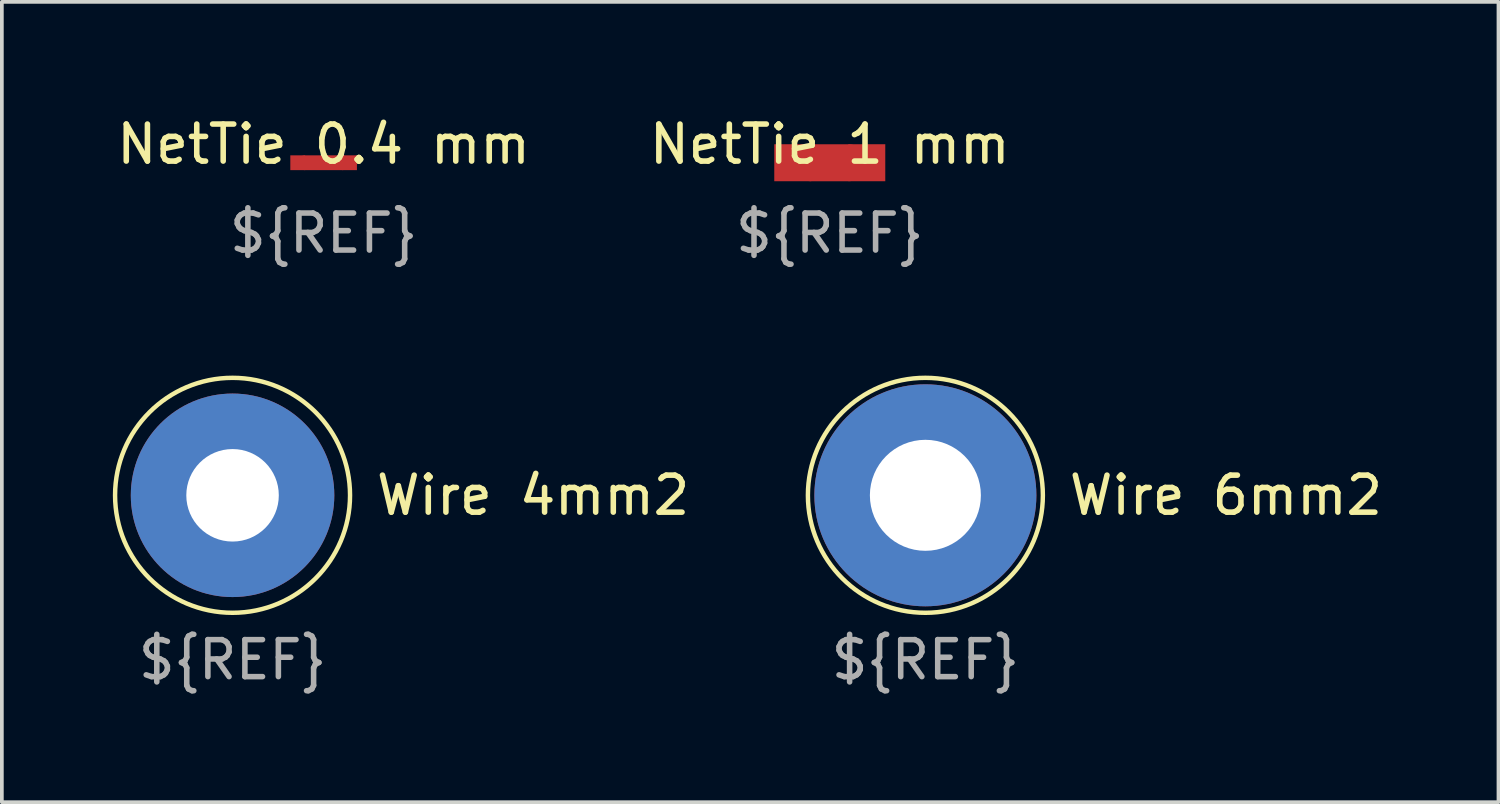
<source format=kicad_pcb>
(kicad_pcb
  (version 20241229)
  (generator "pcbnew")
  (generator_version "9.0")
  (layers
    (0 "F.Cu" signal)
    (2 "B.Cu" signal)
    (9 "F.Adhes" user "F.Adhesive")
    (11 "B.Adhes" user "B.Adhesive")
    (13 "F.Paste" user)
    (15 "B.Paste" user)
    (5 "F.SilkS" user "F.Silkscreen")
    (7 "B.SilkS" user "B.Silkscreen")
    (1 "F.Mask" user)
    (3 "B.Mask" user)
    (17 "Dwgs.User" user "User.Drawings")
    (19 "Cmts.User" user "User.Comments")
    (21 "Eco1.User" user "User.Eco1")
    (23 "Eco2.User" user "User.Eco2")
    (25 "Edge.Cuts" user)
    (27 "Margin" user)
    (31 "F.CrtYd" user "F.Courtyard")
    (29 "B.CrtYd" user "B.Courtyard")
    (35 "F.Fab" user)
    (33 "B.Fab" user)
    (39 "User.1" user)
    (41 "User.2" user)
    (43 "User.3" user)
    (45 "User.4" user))
  (footprint "NetTie 1 mm"
    (layer "F.Cu")
    (at 19.375 1.348)
    (property "Reference" "NetTie 1 mm" (at 0 -0.5 0) (unlocked yes) (layer "F.SilkS") (effects (font (size 1 1) (thickness 0.15))))
    (attr smd)
    (fp_line (start -0.5 0) (end 0.5 0) (stroke (width 1) (type default)) (layer "F.Cu"))
    (fp_text user "${REF}" (at 0 1.905 0) (unlocked yes) (layer "F.Fab") (effects (font (size 1 1) (thickness 0.15))))
    (pad "1" smd rect (at -1 0) (size 1 1) (layers "F.Cu"))
    (pad "2" smd rect (at 1 0) (size 1 1) (layers "F.Cu")))
  (footprint "NetTie 0.4 mm"
    (layer "F.Cu")
    (at 5.696 1.348)
    (property "Reference" "NetTie 0.4 mm" (at 0 -0.5 0) (unlocked yes) (layer "F.SilkS") (effects (font (size 1 1) (thickness 0.15))))
    (attr smd)
    (fp_line (start -0.5 0) (end 0.5 0) (stroke (width 0.4) (type default)) (layer "F.Cu"))
    (fp_text user "${REF}" (at 0 1.905 0) (unlocked yes) (layer "F.Fab") (effects (font (size 1 1) (thickness 0.15))))
    (pad "1" smd rect (at -0.7 0) (size 0.4 0.4) (layers "F.Cu"))
    (pad "2" smd rect (at 0.7 0) (size 0.4 0.4) (layers "F.Cu")))
  (footprint "Wire 4mm2"
    (layer "F.Cu")
    (at 3.235 10.336)
    (property "Reference" "Wire 4mm2" (at 3.81 0 0) (unlocked yes) (layer "F.SilkS") (effects (font (size 1 1) (thickness 0.15)) (justify left)))
    (attr through_hole)
    (fp_circle (center 0 0) (end 3.175 0) (stroke (width 0.12) (type default)) (fill no) (layer "F.SilkS"))
    (fp_text user "${REF}" (at 0 4.445 0) (unlocked yes) (layer "F.Fab") (effects (font (size 1 1) (thickness 0.15))))
    (pad "1" thru_hole circle (at 0 0) (size 5.5 5.5) (drill 2.5) (layers "*.Cu" "*.Mask")))
  (footprint "Wire 6mm2"
    (layer "F.Cu")
    (at 21.959 10.336)
    (property "Reference" "Wire 6mm2" (at 3.81 0 0) (unlocked yes) (layer "F.SilkS") (effects (font (size 1 1) (thickness 0.15)) (justify left)))
    (attr through_hole)
    (fp_circle (center 0 0) (end 3.175 0) (stroke (width 0.12) (type default)) (fill no) (layer "F.SilkS"))
    (fp_text user "${REF}" (at 0 4.445 0) (unlocked yes) (layer "F.Fab") (effects (font (size 1 1) (thickness 0.15))))
    (pad "1" thru_hole circle (at 0 0) (size 6 6) (drill 3) (layers "*.Cu" "*.Mask")))
  (gr_rect
    (start -3 -3)
    (end 37.447 18.63)
    (stroke (width 0.1) (type default))
    (fill no)
    (layer "Edge.Cuts")))
</source>
